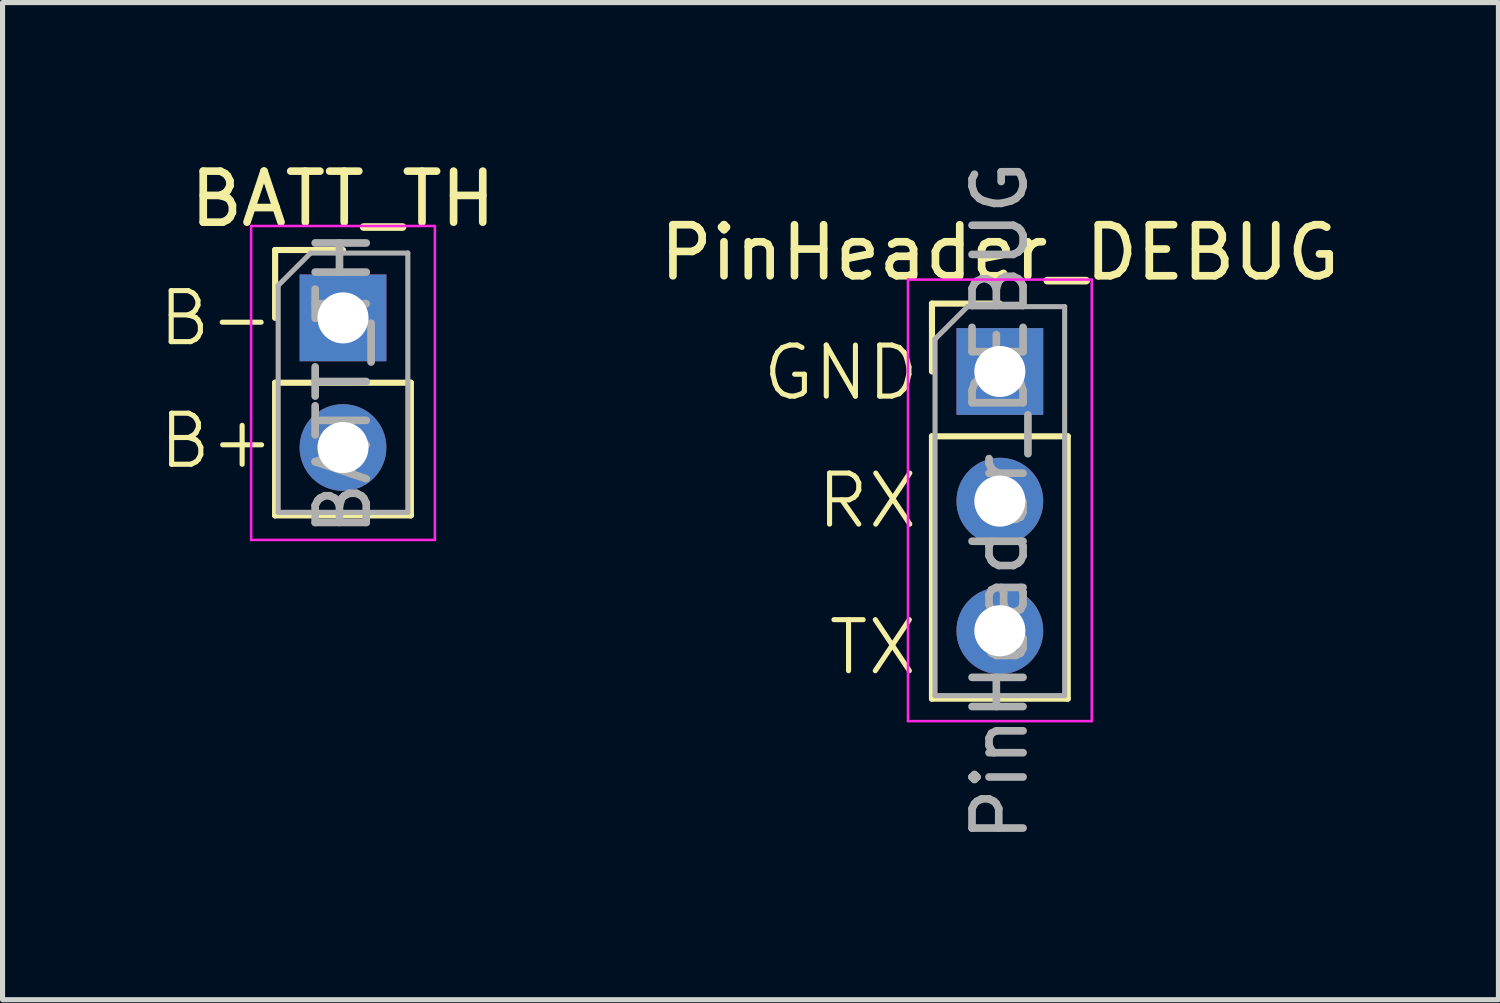
<source format=kicad_pcb>
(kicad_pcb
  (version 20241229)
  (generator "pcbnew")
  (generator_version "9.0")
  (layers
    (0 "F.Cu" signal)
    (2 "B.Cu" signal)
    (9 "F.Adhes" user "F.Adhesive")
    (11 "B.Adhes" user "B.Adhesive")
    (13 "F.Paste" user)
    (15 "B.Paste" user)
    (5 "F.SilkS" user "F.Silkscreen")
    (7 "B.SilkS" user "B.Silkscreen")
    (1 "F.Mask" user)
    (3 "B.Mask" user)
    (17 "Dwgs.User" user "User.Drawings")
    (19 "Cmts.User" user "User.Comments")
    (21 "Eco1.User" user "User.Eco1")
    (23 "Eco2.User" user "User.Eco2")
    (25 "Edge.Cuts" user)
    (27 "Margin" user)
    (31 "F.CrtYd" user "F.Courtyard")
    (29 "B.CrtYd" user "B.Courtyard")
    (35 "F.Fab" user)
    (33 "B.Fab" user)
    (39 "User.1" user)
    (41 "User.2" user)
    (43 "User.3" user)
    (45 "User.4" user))
  (footprint "PinHeader_DEBUG"
    (layer "F.Cu")
    (at 16.539 4.228)
    (property "Reference" "PinHeader_DEBUG" (at 0 -2.33 0) (layer "F.SilkS") (effects (font (size 1 1) (thickness 0.15))))
    (attr through_hole)
    (fp_line (start -1.33 -1.33) (end 0 -1.33) (stroke (width 0.12) (type solid)) (layer "F.SilkS"))
    (fp_line (start -1.33 0) (end -1.33 -1.33) (stroke (width 0.12) (type solid)) (layer "F.SilkS"))
    (fp_line (start -1.33 1.27) (end -1.33 6.41) (stroke (width 0.12) (type solid)) (layer "F.SilkS"))
    (fp_line (start -1.33 1.27) (end 1.33 1.27) (stroke (width 0.12) (type solid)) (layer "F.SilkS"))
    (fp_line (start -1.33 6.41) (end 1.33 6.41) (stroke (width 0.12) (type solid)) (layer "F.SilkS"))
    (fp_line (start 1.33 1.27) (end 1.33 6.41) (stroke (width 0.12) (type solid)) (layer "F.SilkS"))
    (fp_line (start -1.8 -1.8) (end -1.8 6.85) (stroke (width 0.05) (type solid)) (layer "F.CrtYd"))
    (fp_line (start -1.8 6.85) (end 1.8 6.85) (stroke (width 0.05) (type solid)) (layer "F.CrtYd"))
    (fp_line (start 1.8 -1.8) (end -1.8 -1.8) (stroke (width 0.05) (type solid)) (layer "F.CrtYd"))
    (fp_line (start 1.8 6.85) (end 1.8 -1.8) (stroke (width 0.05) (type solid)) (layer "F.CrtYd"))
    (fp_line (start -1.27 -0.635) (end -0.635 -1.27) (stroke (width 0.1) (type solid)) (layer "F.Fab"))
    (fp_line (start -1.27 6.35) (end -1.27 -0.635) (stroke (width 0.1) (type solid)) (layer "F.Fab"))
    (fp_line (start -0.635 -1.27) (end 1.27 -1.27) (stroke (width 0.1) (type solid)) (layer "F.Fab"))
    (fp_line (start 1.27 -1.27) (end 1.27 6.35) (stroke (width 0.1) (type solid)) (layer "F.Fab"))
    (fp_line (start 1.27 6.35) (end -1.27 6.35) (stroke (width 0.1) (type solid)) (layer "F.Fab"))
    (fp_text user "RX" (at -3.64 3.118 0) (unlocked yes) (layer "F.SilkS") (effects (font (size 1 1) (thickness 0.1)) (justify left bottom)))
    (fp_text user "GND" (at -4.705 0.61 0) (unlocked yes) (layer "F.SilkS") (effects (font (size 1 1) (thickness 0.1)) (justify left bottom)))
    (fp_text user "TX" (at -3.411 5.99 0) (unlocked yes) (layer "F.SilkS") (effects (font (size 1 1) (thickness 0.1)) (justify left bottom)))
    (fp_text user "${REFERENCE}" (at 0 2.54 90) (layer "F.Fab") (effects (font (size 1 1) (thickness 0.15))))
    (pad "1" thru_hole rect (at 0 0) (size 1.7 1.7) (drill 1) (layers "*.Cu" "*.Mask"))
    (pad "2" thru_hole oval (at 0 2.54) (size 1.7 1.7) (drill 1) (layers "*.Cu" "*.Mask"))
    (pad "3" thru_hole oval (at 0 5.08) (size 1.7 1.7) (drill 1) (layers "*.Cu" "*.Mask")))
  (footprint "BATT_TH"
    (layer "F.Cu")
    (at 3.67 3.178)
    (property "Reference" "BATT_TH" (at 0 -2.33 0) (layer "F.SilkS") (effects (font (size 1 1) (thickness 0.15))))
    (attr through_hole)
    (fp_line (start -1.33 -1.33) (end 0 -1.33) (stroke (width 0.12) (type solid)) (layer "F.SilkS"))
    (fp_line (start -1.33 0) (end -1.33 -1.33) (stroke (width 0.12) (type solid)) (layer "F.SilkS"))
    (fp_line (start -1.33 1.27) (end -1.33 3.87) (stroke (width 0.12) (type solid)) (layer "F.SilkS"))
    (fp_line (start -1.33 1.27) (end 1.33 1.27) (stroke (width 0.12) (type solid)) (layer "F.SilkS"))
    (fp_line (start -1.33 3.87) (end 1.33 3.87) (stroke (width 0.12) (type solid)) (layer "F.SilkS"))
    (fp_line (start 1.33 1.27) (end 1.33 3.87) (stroke (width 0.12) (type solid)) (layer "F.SilkS"))
    (fp_line (start -1.8 -1.8) (end -1.8 4.35) (stroke (width 0.05) (type solid)) (layer "F.CrtYd"))
    (fp_line (start -1.8 4.35) (end 1.8 4.35) (stroke (width 0.05) (type solid)) (layer "F.CrtYd"))
    (fp_line (start 1.8 -1.8) (end -1.8 -1.8) (stroke (width 0.05) (type solid)) (layer "F.CrtYd"))
    (fp_line (start 1.8 4.35) (end 1.8 -1.8) (stroke (width 0.05) (type solid)) (layer "F.CrtYd"))
    (fp_line (start -1.27 -0.635) (end -0.635 -1.27) (stroke (width 0.1) (type solid)) (layer "F.Fab"))
    (fp_line (start -1.27 3.81) (end -1.27 -0.635) (stroke (width 0.1) (type solid)) (layer "F.Fab"))
    (fp_line (start -0.635 -1.27) (end 1.27 -1.27) (stroke (width 0.1) (type solid)) (layer "F.Fab"))
    (fp_line (start 1.27 -1.27) (end 1.27 3.81) (stroke (width 0.1) (type solid)) (layer "F.Fab"))
    (fp_line (start 1.27 3.81) (end -1.27 3.81) (stroke (width 0.1) (type solid)) (layer "F.Fab"))
    (fp_text user "B-" (at -3.67 0.593 0) (unlocked yes) (layer "F.SilkS") (effects (font (size 1 1) (thickness 0.1)) (justify left bottom)))
    (fp_text user "B+" (at -3.661 2.995 0) (unlocked yes) (layer "F.SilkS") (effects (font (size 1 1) (thickness 0.1)) (justify left bottom)))
    (fp_text user "${REFERENCE}" (at 0 1.27 90) (layer "F.Fab") (effects (font (size 1 1) (thickness 0.15))))
    (pad "1" thru_hole rect (at 0 0) (size 1.7 1.7) (drill 1) (layers "*.Cu" "*.Mask"))
    (pad "2" thru_hole oval (at 0 2.54) (size 1.7 1.7) (drill 1) (layers "*.Cu" "*.Mask")))
  (gr_rect
    (start -3 -3)
    (end 26.307 16.536)
    (stroke (width 0.1) (type default))
    (fill no)
    (layer "Edge.Cuts")))
</source>
